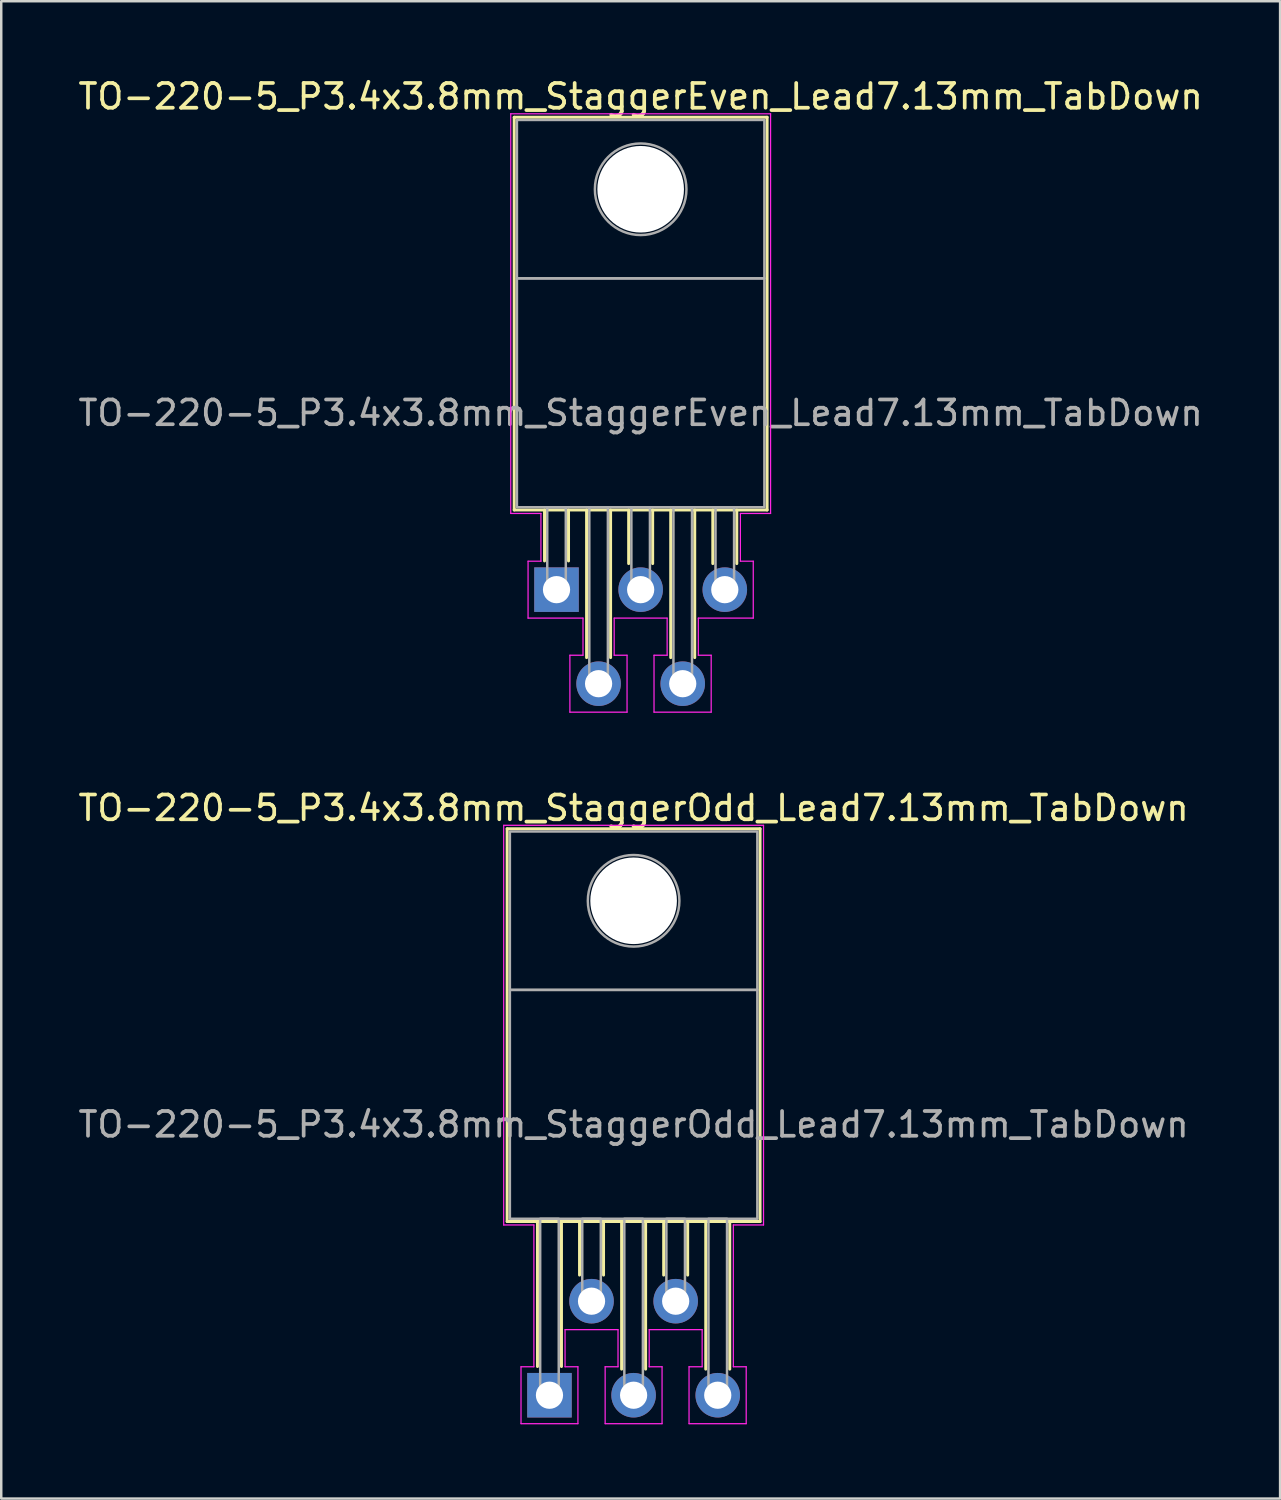
<source format=kicad_pcb>
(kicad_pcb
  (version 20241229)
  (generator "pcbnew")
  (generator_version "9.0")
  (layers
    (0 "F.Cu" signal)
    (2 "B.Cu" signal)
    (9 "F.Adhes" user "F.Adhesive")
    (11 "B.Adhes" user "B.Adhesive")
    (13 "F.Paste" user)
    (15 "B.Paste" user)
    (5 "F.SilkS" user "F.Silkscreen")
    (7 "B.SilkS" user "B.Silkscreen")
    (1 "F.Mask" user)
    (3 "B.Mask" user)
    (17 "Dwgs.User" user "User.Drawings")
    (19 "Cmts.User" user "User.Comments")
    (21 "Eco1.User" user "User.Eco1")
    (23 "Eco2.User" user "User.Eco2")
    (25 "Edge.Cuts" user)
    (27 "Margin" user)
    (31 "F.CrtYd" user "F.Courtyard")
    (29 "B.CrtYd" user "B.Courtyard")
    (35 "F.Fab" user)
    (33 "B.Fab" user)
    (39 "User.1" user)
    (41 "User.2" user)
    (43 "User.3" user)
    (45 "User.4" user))
  (footprint "TO-220-5_P3.4x3.8mm_StaggerEven_Lead7.13mm_TabDown"
    (layer "F.Cu")
    (at 19.439 20.778)
    (property "Reference" "TO-220-5_P3.4x3.8mm_StaggerEven_Lead7.13mm_TabDown" (at 3.4 -19.93 0) (layer "F.SilkS") (effects (font (size 1 1) (thickness 0.15))))
    (attr through_hole)
    (fp_line (start -1.71 -19.09) (end 8.51 -19.09) (stroke (width 0.12) (type solid)) (layer "F.SilkS"))
    (fp_line (start -1.71 -3.22) (end -1.71 -19.09) (stroke (width 0.12) (type solid)) (layer "F.SilkS"))
    (fp_line (start -1.71 -3.22) (end 8.51 -3.22) (stroke (width 0.12) (type solid)) (layer "F.SilkS"))
    (fp_line (start -0.485 -3.22) (end -0.485 -1.16) (stroke (width 0.12) (type solid)) (layer "F.SilkS"))
    (fp_line (start 0.485 -3.22) (end 0.485 -1.16) (stroke (width 0.12) (type solid)) (layer "F.SilkS"))
    (fp_line (start 1.215 -3.22) (end 1.215 2.746) (stroke (width 0.12) (type solid)) (layer "F.SilkS"))
    (fp_line (start 2.185 -3.22) (end 2.185 2.746) (stroke (width 0.12) (type solid)) (layer "F.SilkS"))
    (fp_line (start 2.915 -3.22) (end 2.915 -1.054) (stroke (width 0.12) (type solid)) (layer "F.SilkS"))
    (fp_line (start 3.885 -3.22) (end 3.885 -1.054) (stroke (width 0.12) (type solid)) (layer "F.SilkS"))
    (fp_line (start 4.615 -3.22) (end 4.615 2.746) (stroke (width 0.12) (type solid)) (layer "F.SilkS"))
    (fp_line (start 5.585 -3.22) (end 5.585 2.746) (stroke (width 0.12) (type solid)) (layer "F.SilkS"))
    (fp_line (start 6.315 -3.22) (end 6.315 -1.054) (stroke (width 0.12) (type solid)) (layer "F.SilkS"))
    (fp_line (start 7.285 -3.22) (end 7.285 -1.054) (stroke (width 0.12) (type solid)) (layer "F.SilkS"))
    (fp_line (start 8.51 -3.22) (end 8.51 -19.09) (stroke (width 0.12) (type solid)) (layer "F.SilkS"))
    (fp_line (start -1.85 -19.23) (end 8.65 -19.23) (stroke (width 0.05) (type solid)) (layer "F.CrtYd"))
    (fp_line (start -1.85 -3.08) (end -1.85 -19.23) (stroke (width 0.05) (type solid)) (layer "F.CrtYd"))
    (fp_line (start -1.15 -1.15) (end -0.63 -1.15) (stroke (width 0.05) (type solid)) (layer "F.CrtYd"))
    (fp_line (start -1.15 1.15) (end -1.15 -1.15) (stroke (width 0.05) (type solid)) (layer "F.CrtYd"))
    (fp_line (start -0.63 -3.08) (end -1.85 -3.08) (stroke (width 0.05) (type solid)) (layer "F.CrtYd"))
    (fp_line (start -0.63 -1.15) (end -0.63 -3.08) (stroke (width 0.05) (type solid)) (layer "F.CrtYd"))
    (fp_line (start 0.54 2.65) (end 1.07 2.65) (stroke (width 0.05) (type solid)) (layer "F.CrtYd"))
    (fp_line (start 0.54 4.95) (end 0.54 2.65) (stroke (width 0.05) (type solid)) (layer "F.CrtYd"))
    (fp_line (start 1.07 1.15) (end -1.15 1.15) (stroke (width 0.05) (type solid)) (layer "F.CrtYd"))
    (fp_line (start 1.07 2.65) (end 1.07 1.15) (stroke (width 0.05) (type solid)) (layer "F.CrtYd"))
    (fp_line (start 2.33 1.15) (end 2.33 2.65) (stroke (width 0.05) (type solid)) (layer "F.CrtYd"))
    (fp_line (start 2.33 2.65) (end 2.85 2.65) (stroke (width 0.05) (type solid)) (layer "F.CrtYd"))
    (fp_line (start 2.85 2.65) (end 2.85 4.95) (stroke (width 0.05) (type solid)) (layer "F.CrtYd"))
    (fp_line (start 2.85 4.95) (end 0.54 4.95) (stroke (width 0.05) (type solid)) (layer "F.CrtYd"))
    (fp_line (start 3.94 2.65) (end 4.47 2.65) (stroke (width 0.05) (type solid)) (layer "F.CrtYd"))
    (fp_line (start 3.94 4.95) (end 3.94 2.65) (stroke (width 0.05) (type solid)) (layer "F.CrtYd"))
    (fp_line (start 4.47 1.15) (end 2.33 1.15) (stroke (width 0.05) (type solid)) (layer "F.CrtYd"))
    (fp_line (start 4.47 2.65) (end 4.47 1.15) (stroke (width 0.05) (type solid)) (layer "F.CrtYd"))
    (fp_line (start 5.73 1.15) (end 5.73 2.65) (stroke (width 0.05) (type solid)) (layer "F.CrtYd"))
    (fp_line (start 5.73 2.65) (end 6.25 2.65) (stroke (width 0.05) (type solid)) (layer "F.CrtYd"))
    (fp_line (start 6.25 2.65) (end 6.25 4.95) (stroke (width 0.05) (type solid)) (layer "F.CrtYd"))
    (fp_line (start 6.25 4.95) (end 3.94 4.95) (stroke (width 0.05) (type solid)) (layer "F.CrtYd"))
    (fp_line (start 7.43 -3.08) (end 7.43 -1.15) (stroke (width 0.05) (type solid)) (layer "F.CrtYd"))
    (fp_line (start 7.43 -1.15) (end 7.95 -1.15) (stroke (width 0.05) (type solid)) (layer "F.CrtYd"))
    (fp_line (start 7.95 -1.15) (end 7.95 1.15) (stroke (width 0.05) (type solid)) (layer "F.CrtYd"))
    (fp_line (start 7.95 1.15) (end 5.73 1.15) (stroke (width 0.05) (type solid)) (layer "F.CrtYd"))
    (fp_line (start 8.65 -19.23) (end 8.65 -3.08) (stroke (width 0.05) (type solid)) (layer "F.CrtYd"))
    (fp_line (start 8.65 -3.08) (end 7.43 -3.08) (stroke (width 0.05) (type solid)) (layer "F.CrtYd"))
    (fp_rect (start -1.6 -18.98) (end 8.4 -12.58) (stroke (width 0.1) (type solid)) (fill no) (layer "F.Fab"))
    (fp_rect (start -1.6 -3.33) (end 8.4 -12.58) (stroke (width 0.1) (type solid)) (fill no) (layer "F.Fab"))
    (fp_rect (start -0.375 -3.33) (end 0.375 0) (stroke (width 0.1) (type solid)) (fill no) (layer "F.Fab"))
    (fp_rect (start 1.325 -3.33) (end 2.075 3.8) (stroke (width 0.1) (type solid)) (fill no) (layer "F.Fab"))
    (fp_rect (start 3.025 -3.33) (end 3.775 0) (stroke (width 0.1) (type solid)) (fill no) (layer "F.Fab"))
    (fp_rect (start 4.725 -3.33) (end 5.475 3.8) (stroke (width 0.1) (type solid)) (fill no) (layer "F.Fab"))
    (fp_rect (start 6.425 -3.33) (end 7.175 0) (stroke (width 0.1) (type solid)) (fill no) (layer "F.Fab"))
    (fp_circle (center 3.4 -16.18) (end 5.25 -16.18) (stroke (width 0.1) (type solid)) (fill no) (layer "F.Fab"))
    (fp_text user "${REFERENCE}" (at 3.4 -7.14 0) (layer "F.Fab") (effects (font (size 1 1) (thickness 0.15))))
    (pad "" np_thru_hole circle (at 3.4 -16.18) (size 3.5 3.5) (drill 3.5) (layers "*.Cu" "*.Mask"))
    (pad "1" thru_hole rect (at 0 0) (size 1.8 1.8) (drill 1.1) (layers "*.Cu" "*.Mask"))
    (pad "2" thru_hole circle (at 1.7 3.8) (size 1.8 1.8) (drill 1.1) (layers "*.Cu" "*.Mask"))
    (pad "3" thru_hole circle (at 3.4 0) (size 1.8 1.8) (drill 1.1) (layers "*.Cu" "*.Mask"))
    (pad "4" thru_hole circle (at 5.1 3.8) (size 1.8 1.8) (drill 1.1) (layers "*.Cu" "*.Mask"))
    (pad "5" thru_hole circle (at 6.8 0) (size 1.8 1.8) (drill 1.1) (layers "*.Cu" "*.Mask")))
  (footprint "TO-220-5_P3.4x3.8mm_StaggerOdd_Lead7.13mm_TabDown"
    (layer "F.Cu")
    (at 19.154 53.331)
    (property "Reference" "TO-220-5_P3.4x3.8mm_StaggerOdd_Lead7.13mm_TabDown" (at 3.4 -23.73 0) (layer "F.SilkS") (effects (font (size 1 1) (thickness 0.15))))
    (attr through_hole)
    (fp_line (start -1.71 -22.89) (end 8.51 -22.89) (stroke (width 0.12) (type solid)) (layer "F.SilkS"))
    (fp_line (start -1.71 -7.02) (end -1.71 -22.89) (stroke (width 0.12) (type solid)) (layer "F.SilkS"))
    (fp_line (start -1.71 -7.02) (end 8.51 -7.02) (stroke (width 0.12) (type solid)) (layer "F.SilkS"))
    (fp_line (start -0.485 -7.02) (end -0.485 -1.16) (stroke (width 0.12) (type solid)) (layer "F.SilkS"))
    (fp_line (start 0.485 -7.02) (end 0.485 -1.16) (stroke (width 0.12) (type solid)) (layer "F.SilkS"))
    (fp_line (start 1.215 -7.02) (end 1.215 -4.854) (stroke (width 0.12) (type solid)) (layer "F.SilkS"))
    (fp_line (start 2.185 -7.02) (end 2.185 -4.854) (stroke (width 0.12) (type solid)) (layer "F.SilkS"))
    (fp_line (start 2.915 -7.02) (end 2.915 -1.054) (stroke (width 0.12) (type solid)) (layer "F.SilkS"))
    (fp_line (start 3.885 -7.02) (end 3.885 -1.054) (stroke (width 0.12) (type solid)) (layer "F.SilkS"))
    (fp_line (start 4.615 -7.02) (end 4.615 -4.854) (stroke (width 0.12) (type solid)) (layer "F.SilkS"))
    (fp_line (start 5.585 -7.02) (end 5.585 -4.854) (stroke (width 0.12) (type solid)) (layer "F.SilkS"))
    (fp_line (start 6.315 -7.02) (end 6.315 -1.054) (stroke (width 0.12) (type solid)) (layer "F.SilkS"))
    (fp_line (start 7.285 -7.02) (end 7.285 -1.054) (stroke (width 0.12) (type solid)) (layer "F.SilkS"))
    (fp_line (start 8.51 -7.02) (end 8.51 -22.89) (stroke (width 0.12) (type solid)) (layer "F.SilkS"))
    (fp_line (start -1.85 -23.03) (end 8.65 -23.03) (stroke (width 0.05) (type solid)) (layer "F.CrtYd"))
    (fp_line (start -1.85 -6.88) (end -1.85 -23.03) (stroke (width 0.05) (type solid)) (layer "F.CrtYd"))
    (fp_line (start -1.15 -1.15) (end -0.63 -1.15) (stroke (width 0.05) (type solid)) (layer "F.CrtYd"))
    (fp_line (start -1.15 1.15) (end -1.15 -1.15) (stroke (width 0.05) (type solid)) (layer "F.CrtYd"))
    (fp_line (start -0.63 -6.88) (end -1.85 -6.88) (stroke (width 0.05) (type solid)) (layer "F.CrtYd"))
    (fp_line (start -0.63 -1.15) (end -0.63 -6.88) (stroke (width 0.05) (type solid)) (layer "F.CrtYd"))
    (fp_line (start 0.63 -2.65) (end 0.63 -1.15) (stroke (width 0.05) (type solid)) (layer "F.CrtYd"))
    (fp_line (start 0.63 -1.15) (end 1.15 -1.15) (stroke (width 0.05) (type solid)) (layer "F.CrtYd"))
    (fp_line (start 1.15 -1.15) (end 1.15 1.15) (stroke (width 0.05) (type solid)) (layer "F.CrtYd"))
    (fp_line (start 1.15 1.15) (end -1.15 1.15) (stroke (width 0.05) (type solid)) (layer "F.CrtYd"))
    (fp_line (start 2.25 -1.15) (end 2.77 -1.15) (stroke (width 0.05) (type solid)) (layer "F.CrtYd"))
    (fp_line (start 2.25 1.15) (end 2.25 -1.15) (stroke (width 0.05) (type solid)) (layer "F.CrtYd"))
    (fp_line (start 2.77 -2.65) (end 0.63 -2.65) (stroke (width 0.05) (type solid)) (layer "F.CrtYd"))
    (fp_line (start 2.77 -1.15) (end 2.77 -2.65) (stroke (width 0.05) (type solid)) (layer "F.CrtYd"))
    (fp_line (start 4.03 -2.65) (end 4.03 -1.15) (stroke (width 0.05) (type solid)) (layer "F.CrtYd"))
    (fp_line (start 4.03 -1.15) (end 4.55 -1.15) (stroke (width 0.05) (type solid)) (layer "F.CrtYd"))
    (fp_line (start 4.55 -1.15) (end 4.55 1.15) (stroke (width 0.05) (type solid)) (layer "F.CrtYd"))
    (fp_line (start 4.55 1.15) (end 2.25 1.15) (stroke (width 0.05) (type solid)) (layer "F.CrtYd"))
    (fp_line (start 5.64 -1.15) (end 6.17 -1.15) (stroke (width 0.05) (type solid)) (layer "F.CrtYd"))
    (fp_line (start 5.64 1.15) (end 5.64 -1.15) (stroke (width 0.05) (type solid)) (layer "F.CrtYd"))
    (fp_line (start 6.17 -2.65) (end 4.03 -2.65) (stroke (width 0.05) (type solid)) (layer "F.CrtYd"))
    (fp_line (start 6.17 -1.15) (end 6.17 -2.65) (stroke (width 0.05) (type solid)) (layer "F.CrtYd"))
    (fp_line (start 7.43 -6.88) (end 7.43 -1.15) (stroke (width 0.05) (type solid)) (layer "F.CrtYd"))
    (fp_line (start 7.43 -1.15) (end 7.95 -1.15) (stroke (width 0.05) (type solid)) (layer "F.CrtYd"))
    (fp_line (start 7.95 -1.15) (end 7.95 1.15) (stroke (width 0.05) (type solid)) (layer "F.CrtYd"))
    (fp_line (start 7.95 1.15) (end 5.64 1.15) (stroke (width 0.05) (type solid)) (layer "F.CrtYd"))
    (fp_line (start 8.65 -23.03) (end 8.65 -6.88) (stroke (width 0.05) (type solid)) (layer "F.CrtYd"))
    (fp_line (start 8.65 -6.88) (end 7.43 -6.88) (stroke (width 0.05) (type solid)) (layer "F.CrtYd"))
    (fp_rect (start -1.6 -22.78) (end 8.4 -16.38) (stroke (width 0.1) (type solid)) (fill no) (layer "F.Fab"))
    (fp_rect (start -1.6 -7.13) (end 8.4 -16.38) (stroke (width 0.1) (type solid)) (fill no) (layer "F.Fab"))
    (fp_rect (start -0.375 -7.13) (end 0.375 0) (stroke (width 0.1) (type solid)) (fill no) (layer "F.Fab"))
    (fp_rect (start 1.325 -7.13) (end 2.075 -3.8) (stroke (width 0.1) (type solid)) (fill no) (layer "F.Fab"))
    (fp_rect (start 3.025 -7.13) (end 3.775 0) (stroke (width 0.1) (type solid)) (fill no) (layer "F.Fab"))
    (fp_rect (start 4.725 -7.13) (end 5.475 -3.8) (stroke (width 0.1) (type solid)) (fill no) (layer "F.Fab"))
    (fp_rect (start 6.425 -7.13) (end 7.175 0) (stroke (width 0.1) (type solid)) (fill no) (layer "F.Fab"))
    (fp_circle (center 3.4 -19.98) (end 5.25 -19.98) (stroke (width 0.1) (type solid)) (fill no) (layer "F.Fab"))
    (fp_text user "${REFERENCE}" (at 3.4 -10.94 0) (layer "F.Fab") (effects (font (size 1 1) (thickness 0.15))))
    (pad "" np_thru_hole circle (at 3.4 -19.98) (size 3.5 3.5) (drill 3.5) (layers "*.Cu" "*.Mask"))
    (pad "1" thru_hole rect (at 0 0) (size 1.8 1.8) (drill 1.1) (layers "*.Cu" "*.Mask"))
    (pad "2" thru_hole circle (at 1.7 -3.8) (size 1.8 1.8) (drill 1.1) (layers "*.Cu" "*.Mask"))
    (pad "3" thru_hole circle (at 3.4 0) (size 1.8 1.8) (drill 1.1) (layers "*.Cu" "*.Mask"))
    (pad "4" thru_hole circle (at 5.1 -3.8) (size 1.8 1.8) (drill 1.1) (layers "*.Cu" "*.Mask"))
    (pad "5" thru_hole circle (at 6.8 0) (size 1.8 1.8) (drill 1.1) (layers "*.Cu" "*.Mask")))
  (gr_rect
    (start -3 -3)
    (end 48.679 57.507)
    (stroke (width 0.1) (type default))
    (fill no)
    (layer "Edge.Cuts")))
</source>
